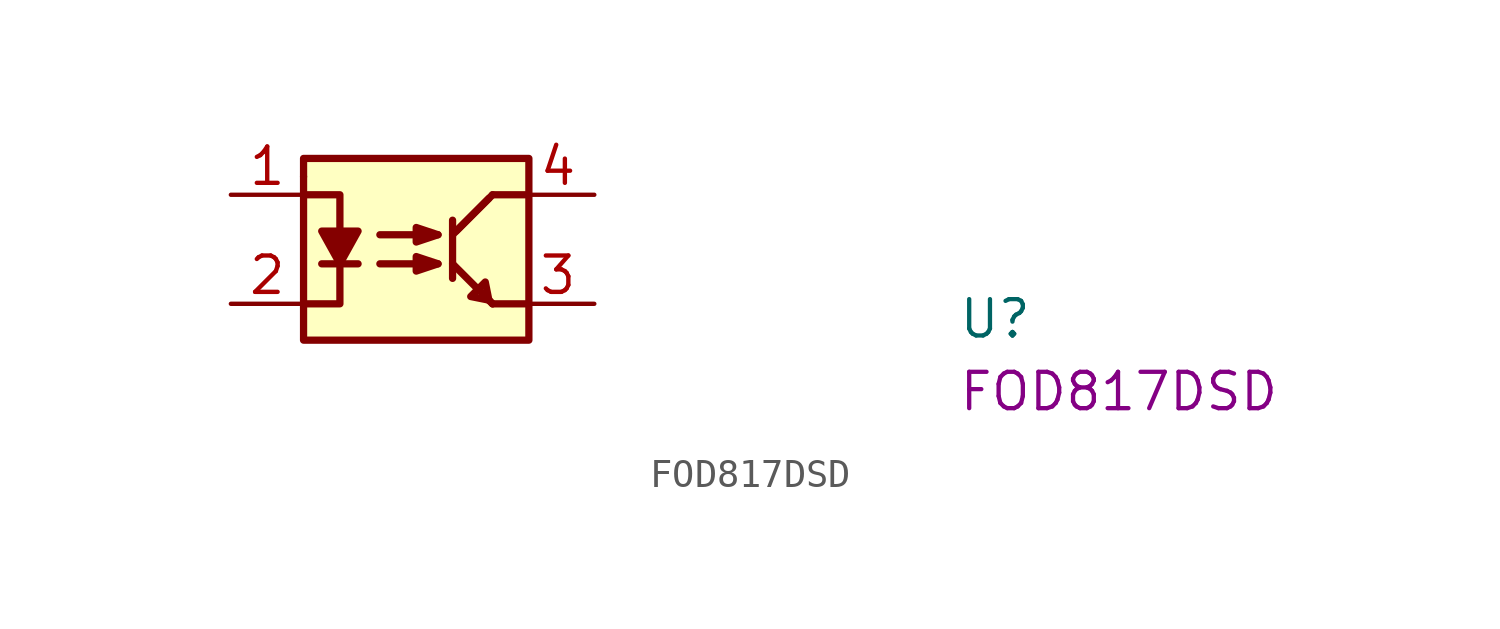
<source format=kicad_sym>
(kicad_symbol_lib
  (version 20220914)
  (generator kicad_symbol_editor)
  (symbol "FOD817DSD"
    (property "Reference" "U"
      (at 25.4 -5.08 0)
      (effects (font (size 1.27 1.27) (thickness 0.15)) (justify left bottom)))
    (property "MPN" "FOD817DSD"
      (at 25.4 -7.62 0)
      (effects (font (size 1.27 1.27) (thickness 0.15)) (justify left bottom)))
    (symbol "FOD817DSD_1_1"
      (polyline (pts (xy 3.175 -2.413) (xy 4.445 -2.413)) (stroke (width 0.254) (type default)) (fill (type background)))
      (polyline (pts (xy 5.207 -2.413) (xy 7.239 -2.413)) (stroke (width 0.254) (type default)) (fill (type background)))
      (polyline (pts (xy 5.207 -1.397) (xy 7.239 -1.397)) (stroke (width 0.254) (type default)) (fill (type background)))
      (polyline (pts (xy 7.747 -0.889) (xy 7.747 -2.921)) (stroke (width 0.254) (type default)) (fill (type background)))
      (polyline (pts (xy 9.017 -3.683) (xy 7.747 -2.413)) (stroke (width 0.254) (type default)) (fill (type background)))
      (polyline (pts (xy 9.017 -0.127) (xy 7.747 -1.397)) (stroke (width 0.254) (type default)) (fill (type background)))
      (polyline (pts (xy 9.144 -3.81) (xy 8.89 -3.556)) (stroke (width 0.254) (type default)) (fill (type background)))
      (polyline (pts (xy 9.144 -3.81) (xy 8.89 -3.556)) (stroke (width 0.254) (type default)) (fill (type background)))
      (polyline (pts (xy 9.144 0) (xy 7.874 -1.27)) (stroke (width 0.254) (type default)) (fill (type background)))
      (polyline (pts (xy 10.414 -3.81) (xy 9.144 -3.81)) (stroke (width 0.254) (type default)) (fill (type background)))
      (polyline (pts (xy 10.414 0) (xy 9.144 0)) (stroke (width 0.254) (type default)) (fill (type background)))
      (polyline (pts (xy 2.54 -3.81) (xy 3.81 -3.81) (xy 3.81 -2.54)) (stroke (width 0.254) (type default)) (fill (type background)))
      (polyline (pts (xy 2.54 0) (xy 3.81 0) (xy 3.81 -1.27)) (stroke (width 0.254) (type default)) (fill (type background)))
      (polyline (pts (xy 3.175 -1.27) (xy 4.445 -1.27) (xy 3.81 -2.413) (xy 3.175 -1.27)) (stroke (width 0.254) (type default)) (fill (type outline)))
      (polyline (pts (xy 6.477 -2.159) (xy 6.477 -2.159) (xy 6.477 -2.667) (xy 7.239 -2.413) (xy 6.477 -2.159) (xy 6.477 -2.159)) (stroke (width 0.254) (type default)) (fill (type background)))
      (polyline (pts (xy 6.477 -1.143) (xy 6.477 -1.143) (xy 6.477 -1.651) (xy 7.239 -1.397) (xy 6.477 -1.143) (xy 6.477 -1.143)) (stroke (width 0.254) (type default)) (fill (type background)))
      (polyline (pts (xy 9.017 -3.683) (xy 9.017 -3.683) (xy 8.89 -3.048) (xy 8.382 -3.556) (xy 9.017 -3.683) (xy 9.017 -3.683)) (stroke (width 0.254) (type default)) (fill (type background)))
      (rectangle (start 2.54 0.635) (end 2.54 0.635) (stroke (width 0.254) (type default)) (fill (type background)))
      (rectangle (start 2.54 1.27) (end 10.414 -5.08) (stroke (width 0.254) (type default)) (fill (type background)))
      (pin passive line (at 0 0 0) (length 2.54) (name "~" (effects (font (size 1.27 1.27)))) (number "1" (effects (font (size 1.27 1.27)))))
      (pin passive line (at 0 -3.81 0) (length 2.54) (name "~" (effects (font (size 1.27 1.27)))) (number "2" (effects (font (size 1.27 1.27)))))
      (pin passive line (at 12.7 -3.81 180) (length 2.54) (name "~" (effects (font (size 1.27 1.27)))) (number "3" (effects (font (size 1.27 1.27)))))
      (pin passive line (at 12.7 0 180) (length 2.54) (name "~" (effects (font (size 1.27 1.27)))) (number "4" (effects (font (size 1.27 1.27))))))))
</source>
